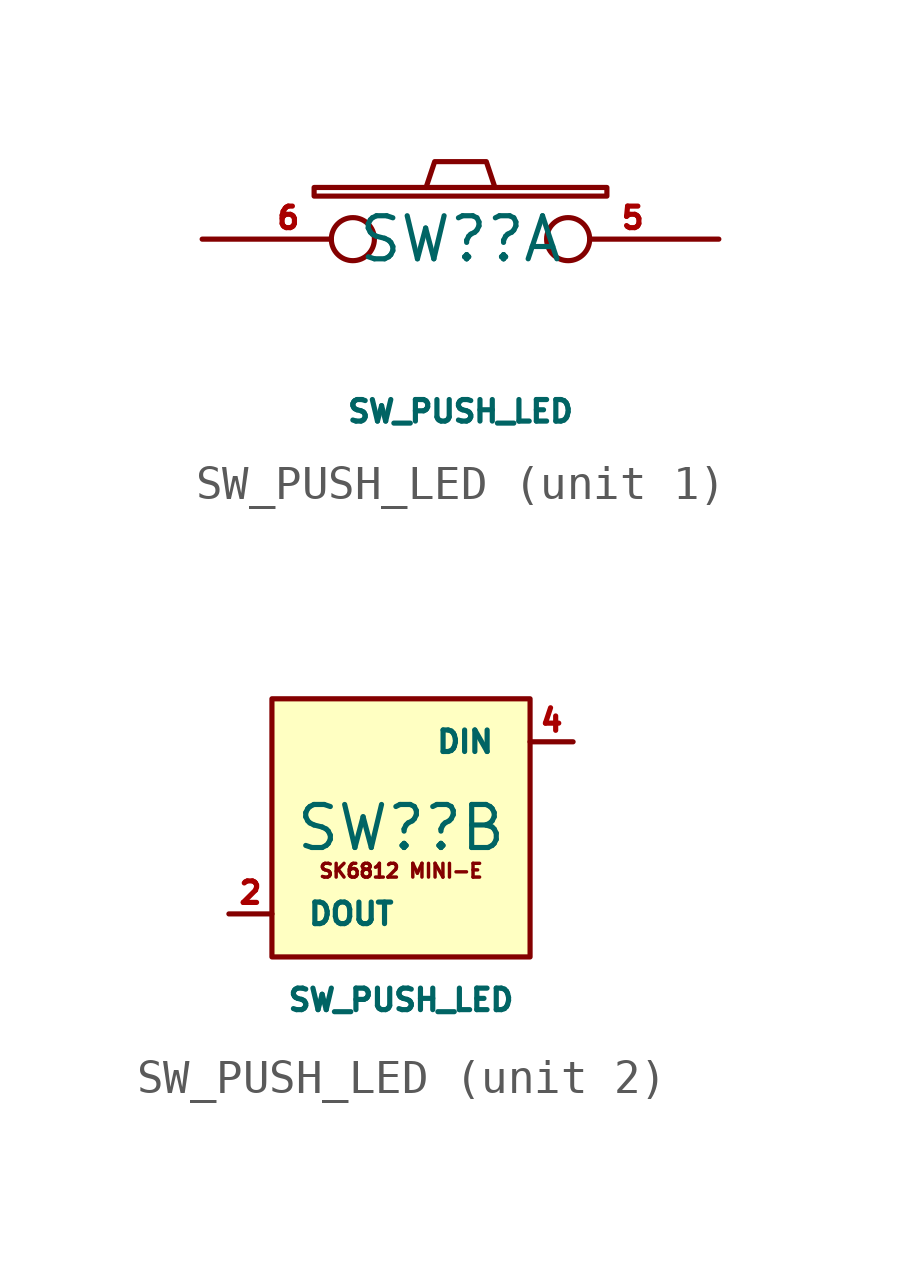
<source format=kicad_sym>
(kicad_symbol_lib
  (version 20211014)
  (generator kicad_symbol_editor)
  (symbol "SW_PUSH_LED"
    (pin_names
      (offset 1.016))
    (property "Reference" "SW?"
      (at 0 0 0)
      (effects (font (size 1.27 1.27))))
    (property "Value" "SW_PUSH_LED"
      (at 0 -5.08 0)
      (effects (font (size 0.635 0.635))))
    (property "ki_locked" ""
      (at 0 0 0)
      (effects (font (size 1.27 1.27))))
    (symbol "SW_PUSH_LED_1_1"
      (rectangle (start -4.318 1.27) (end 4.318 1.524) (stroke (width 0) (type default) (color 0 0 0 0)) (fill (type none)))
      (polyline (pts (xy -1.016 1.524) (xy -0.762 2.286) (xy 0.762 2.286) (xy 1.016 1.524)) (stroke (width 0) (type default) (color 0 0 0 0)) (fill (type none)))
      (pin passive inverted (at 7.62 0 180) (length 5.08) (name "~" (effects (font (size 0.61 0.61)))) (number "5" (effects (font (size 0.635 0.635)))))
      (pin passive inverted (at -7.62 0 0) (length 5.08) (name "~" (effects (font (size 0.61 0.61)))) (number "6" (effects (font (size 0.635 0.635))))))
    (symbol "SW_PUSH_LED_2_0"
      (text "SK6812 MINI-E" (at 0 -1.27 0) (effects (font (size 0.406 0.406)))))
    (symbol "SW_PUSH_LED_2_1"
      (rectangle (start 3.81 -3.81) (end -3.81 3.81) (stroke (width 0) (type default) (color 0 0 0 0)) (fill (type background)))
      (pin power_in line (at -5.08 2.54 0) (length 1.27) hide (name "VDD" (effects (font (size 0.635 0.635)))) (number "1" (effects (font (size 0.635 0.635)))))
      (pin output line (at -5.08 -2.54 0) (length 1.27) (name "DOUT" (effects (font (size 0.635 0.635)))) (number "2" (effects (font (size 0.635 0.635)))))
      (pin power_in line (at 5.08 -2.54 180) (length 1.27) hide (name "GND" (effects (font (size 0.635 0.635)))) (number "3" (effects (font (size 0.635 0.635)))))
      (pin input line (at 5.08 2.54 180) (length 1.27) (name "DIN" (effects (font (size 0.635 0.635)))) (number "4" (effects (font (size 0.635 0.635))))))))
</source>
